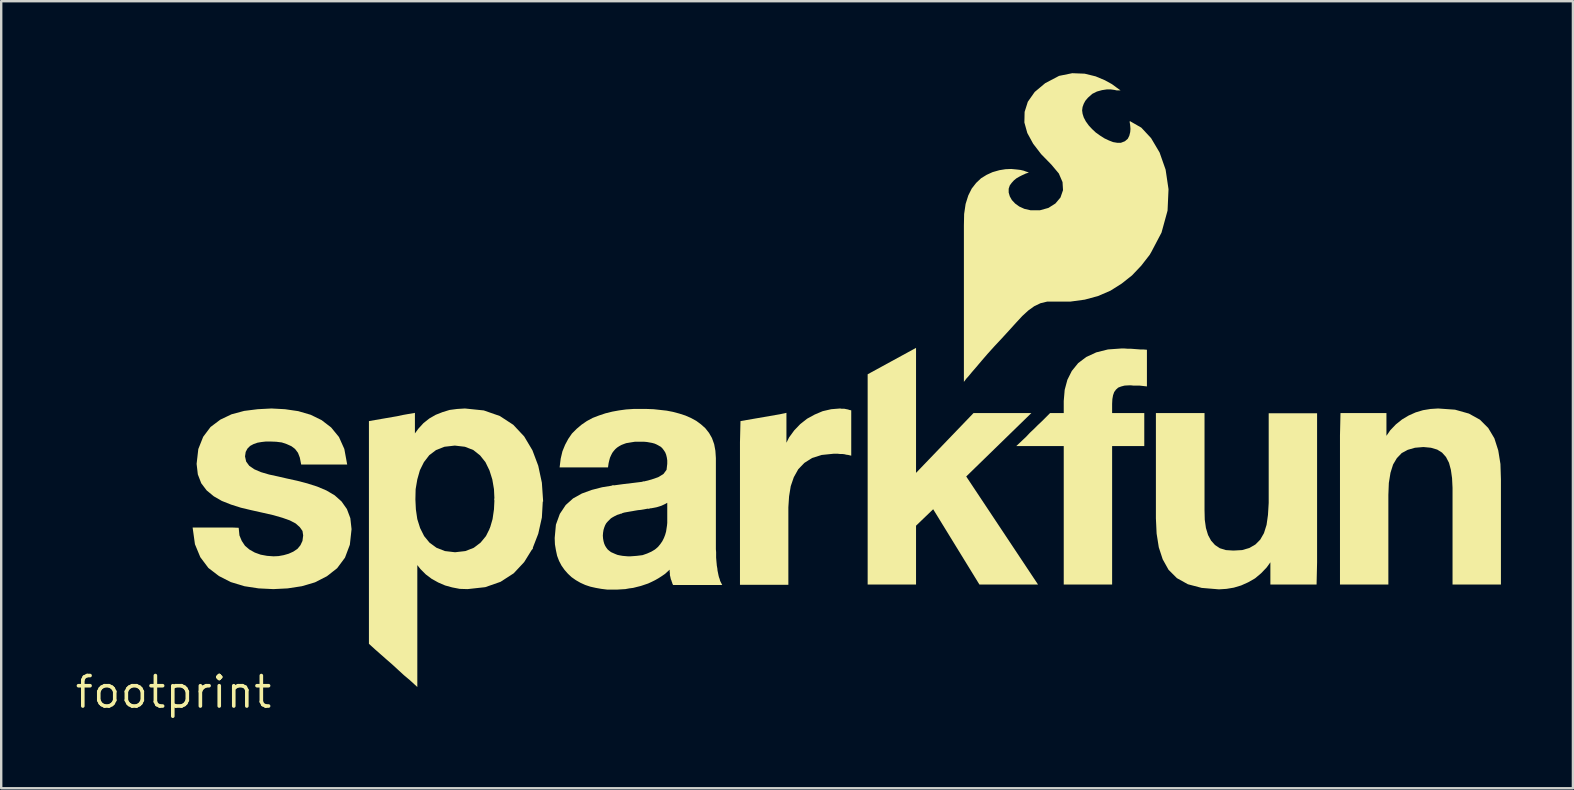
<source format=kicad_pcb>
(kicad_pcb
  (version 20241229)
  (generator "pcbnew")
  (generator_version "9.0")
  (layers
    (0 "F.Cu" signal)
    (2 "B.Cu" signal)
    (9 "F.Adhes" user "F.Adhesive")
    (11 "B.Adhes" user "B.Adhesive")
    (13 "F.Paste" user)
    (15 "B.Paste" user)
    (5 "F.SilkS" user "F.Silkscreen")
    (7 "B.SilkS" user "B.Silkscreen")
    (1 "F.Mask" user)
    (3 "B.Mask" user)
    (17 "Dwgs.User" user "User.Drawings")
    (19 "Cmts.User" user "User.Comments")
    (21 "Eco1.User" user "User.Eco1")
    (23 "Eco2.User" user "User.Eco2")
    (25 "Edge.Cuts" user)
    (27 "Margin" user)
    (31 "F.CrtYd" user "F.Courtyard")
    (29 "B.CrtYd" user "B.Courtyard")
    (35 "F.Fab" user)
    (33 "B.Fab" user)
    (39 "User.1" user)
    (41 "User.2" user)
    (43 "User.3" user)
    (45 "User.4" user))
  (footprint "footprint"
    (layer "F.Cu")
    (at 4.18 25.788)
    (property "Reference" "footprint" (at 0 0 0) (layer "F.SilkS") (effects (font (size 1.27 1.27) (thickness 0.15))))
    (fp_poly (pts (xy 15.39 -8.017) (xy 15.348 -7.275) (xy 15.197 -6.599) (xy 14.941 -5.938) (xy 13.174 -6.8) (xy 13.293 -7.208) (xy 13.352 -7.614) (xy 13.374 -8.069)) (stroke (width 0) (type solid)) (fill yes) (layer "F.SilkS"))
    (fp_poly (pts (xy 30.938 -9.135) (xy 33.334 -11.628) (xy 35.744 -11.628) (xy 33.029 -8.985) (xy 36.021 -4.482) (xy 33.579 -4.482) (xy 31.652 -7.62) (xy 30.938 -6.934) (xy 30.938 -4.482) (xy 28.922 -4.482) (xy 28.922 -13.243) (xy 30.938 -14.344)) (stroke (width 0) (type solid)) (fill yes) (layer "F.SilkS"))
    (fp_poly (pts (xy 19.846 -7.66) (xy 19.697 -7.633) (xy 19.587 -7.612) (xy 19.465 -7.592) (xy 19.355 -7.582) (xy 19.236 -7.562) (xy 19.127 -7.542) (xy 19.006 -7.522) (xy 18.788 -7.483) (xy 18.645 -7.444) (xy 18.259 -8.602) (xy 18.745 -8.668) (xy 19.165 -8.718) (xy 19.6 -8.772)) (stroke (width 0) (type solid)) (fill yes) (layer "F.SilkS"))
    (fp_poly (pts (xy 27.833 -11.808) (xy 27.944 -11.808) (xy 27.997 -11.797) (xy 28.047 -11.787) (xy 28.1 -11.777) (xy 28.16 -11.757) (xy 28.238 -11.741) (xy 28.238 -9.851) (xy 28.113 -9.882) (xy 28.033 -9.892) (xy 27.953 -9.912) (xy 27.868 -9.922) (xy 27.768 -9.922) (xy 27.678 -9.932) (xy 27.502 -9.932) (xy 27.008 -9.882) (xy 26.606 -9.755) (xy 26.284 -9.55) (xy 26.031 -9.287) (xy 25.845 -8.954) (xy 25.717 -8.581) (xy 25.648 -8.156) (xy 25.618 -7.699) (xy 25.618 -4.472) (xy 23.602 -4.472) (xy 23.602 -10.41) (xy 23.623 -11.292) (xy 23.883 -11.338) (xy 25.263 -11.577) (xy 25.538 -11.637) (xy 25.538 -10.391) (xy 25.647 -10.61) (xy 25.861 -10.904) (xy 26.114 -11.168) (xy 26.399 -11.392) (xy 26.713 -11.564) (xy 27.048 -11.706) (xy 27.404 -11.788) (xy 27.772 -11.818)) (stroke (width 0) (type solid)) (fill yes) (layer "F.SilkS"))
    (fp_poly (pts (xy 42.958 -7.59) (xy 42.968 -7.183) (xy 43.017 -6.838) (xy 43.105 -6.545) (xy 43.231 -6.312) (xy 43.395 -6.129) (xy 43.597 -5.995) (xy 43.847 -5.918) (xy 44.16 -5.898) (xy 44.524 -5.918) (xy 44.825 -6.005) (xy 45.077 -6.15) (xy 45.279 -6.353) (xy 45.435 -6.625) (xy 45.543 -6.968) (xy 45.602 -7.384) (xy 45.632 -7.881) (xy 45.632 -11.618) (xy 47.648 -11.618) (xy 47.648 -5.4) (xy 47.627 -4.482) (xy 45.702 -4.482) (xy 45.702 -5.409) (xy 45.549 -5.196) (xy 45.316 -4.952) (xy 45.062 -4.739) (xy 44.777 -4.576) (xy 44.483 -4.444) (xy 44.179 -4.353) (xy 43.874 -4.302) (xy 43.56 -4.282) (xy 42.843 -4.342) (xy 42.266 -4.494) (xy 41.807 -4.749) (xy 41.459 -5.097) (xy 41.215 -5.535) (xy 41.053 -6.031) (xy 40.962 -6.606) (xy 40.932 -7.239) (xy 40.932 -11.628) (xy 42.958 -11.628)) (stroke (width 0) (type solid)) (fill yes) (layer "F.SilkS"))
    (fp_poly (pts (xy 53.397 -11.768) (xy 53.975 -11.605) (xy 54.433 -11.351) (xy 54.78 -11.004) (xy 55.035 -10.576) (xy 55.197 -10.069) (xy 55.288 -9.504) (xy 55.308 -8.871) (xy 55.308 -4.482) (xy 53.292 -4.482) (xy 53.292 -8.509) (xy 53.272 -8.916) (xy 53.223 -9.262) (xy 53.144 -9.556) (xy 53.018 -9.798) (xy 52.855 -9.98) (xy 52.654 -10.105) (xy 52.393 -10.182) (xy 52.08 -10.212) (xy 51.727 -10.182) (xy 51.425 -10.095) (xy 51.173 -9.959) (xy 50.971 -9.747) (xy 50.815 -9.484) (xy 50.707 -9.141) (xy 50.638 -8.716) (xy 50.618 -8.219) (xy 50.618 -4.482) (xy 48.602 -4.482) (xy 48.602 -10.7) (xy 48.623 -11.628) (xy 50.538 -11.628) (xy 50.538 -10.679) (xy 50.7 -10.914) (xy 50.934 -11.158) (xy 51.188 -11.361) (xy 51.462 -11.524) (xy 51.757 -11.656) (xy 52.061 -11.747) (xy 52.376 -11.798) (xy 52.69 -11.818)) (stroke (width 0) (type solid)) (fill yes) (layer "F.SilkS"))
    (fp_poly (pts (xy 39.751 -14.308) (xy 39.881 -14.308) (xy 40.013 -14.298) (xy 40.271 -14.278) (xy 40.402 -14.278) (xy 40.558 -14.265) (xy 40.558 -12.737) (xy 40.426 -12.752) (xy 40.248 -12.772) (xy 39.988 -12.772) (xy 39.898 -12.782) (xy 39.811 -12.782) (xy 39.626 -12.772) (xy 39.482 -12.734) (xy 39.36 -12.687) (xy 39.268 -12.604) (xy 39.194 -12.502) (xy 39.147 -12.37) (xy 39.118 -12.206) (xy 39.108 -12.009) (xy 39.108 -11.628) (xy 40.448 -11.628) (xy 40.448 -10.252) (xy 39.108 -10.252) (xy 39.108 -4.482) (xy 37.092 -4.482) (xy 37.092 -10.252) (xy 35.114 -10.252) (xy 35.354 -10.478) (xy 35.523 -10.637) (xy 35.683 -10.807) (xy 35.853 -10.967) (xy 36.013 -11.127) (xy 36.183 -11.287) (xy 36.524 -11.628) (xy 37.092 -11.628) (xy 37.092 -12.132) (xy 37.132 -12.597) (xy 37.244 -13.014) (xy 37.428 -13.381) (xy 37.693 -13.708) (xy 38.03 -13.963) (xy 38.447 -14.156) (xy 38.934 -14.278) (xy 39.489 -14.318) (xy 39.621 -14.318)) (stroke (width 0) (type solid)) (fill yes) (layer "F.SilkS"))
    (fp_poly (pts (xy 12.928 -11.737) (xy 13.597 -11.504) (xy 14.155 -11.139) (xy 14.611 -10.653) (xy 14.954 -10.077) (xy 15.197 -9.431) (xy 15.348 -8.725) (xy 15.401 -7.941) (xy 13.374 -7.993) (xy 13.352 -8.456) (xy 13.283 -8.861) (xy 13.165 -9.236) (xy 12.998 -9.58) (xy 12.773 -9.863) (xy 12.491 -10.087) (xy 12.141 -10.223) (xy 11.72 -10.272) (xy 11.289 -10.223) (xy 10.939 -10.086) (xy 10.657 -9.873) (xy 10.432 -9.58) (xy 10.266 -9.246) (xy 10.157 -8.862) (xy 10.088 -8.456) (xy 10.078 -8.03) (xy 10.098 -7.614) (xy 10.157 -7.209) (xy 10.275 -6.834) (xy 10.442 -6.501) (xy 10.666 -6.228) (xy 10.958 -6.014) (xy 11.309 -5.877) (xy 11.73 -5.828) (xy 12.161 -5.877) (xy 12.511 -6.014) (xy 12.793 -6.228) (xy 13.018 -6.501) (xy 13.203 -6.871) (xy 14.975 -6.006) (xy 14.61 -5.417) (xy 14.175 -4.951) (xy 13.627 -4.596) (xy 12.988 -4.373) (xy 12.251 -4.292) (xy 11.926 -4.302) (xy 11.611 -4.363) (xy 11.317 -4.444) (xy 11.033 -4.566) (xy 10.759 -4.718) (xy 10.515 -4.901) (xy 10.291 -5.125) (xy 10.158 -5.293) (xy 10.158 -0.213) (xy 9.855 -0.491) (xy 9.605 -0.701) (xy 9.364 -0.922) (xy 9.125 -1.142) (xy 8.885 -1.351) (xy 8.635 -1.571) (xy 8.395 -1.782) (xy 8.142 -2.013) (xy 8.142 -11.292) (xy 8.403 -11.338) (xy 9.323 -11.497) (xy 9.553 -11.547) (xy 9.783 -11.588) (xy 10.058 -11.635) (xy 10.058 -10.779) (xy 10.2 -10.974) (xy 10.414 -11.208) (xy 10.659 -11.402) (xy 10.923 -11.554) (xy 11.207 -11.666) (xy 11.502 -11.757) (xy 11.816 -11.798) (xy 12.141 -11.818)) (stroke (width 0) (type solid)) (fill yes) (layer "F.SilkS"))
    (fp_poly (pts (xy 4.644 -11.788) (xy 5.198 -11.707) (xy 5.714 -11.556) (xy 6.17 -11.333) (xy 6.567 -11.028) (xy 6.893 -10.63) (xy 7.117 -10.131) (xy 7.236 -9.482) (xy 5.319 -9.482) (xy 5.263 -9.77) (xy 5.186 -9.971) (xy 5.063 -10.133) (xy 4.911 -10.247) (xy 4.716 -10.334) (xy 4.512 -10.403) (xy 4.277 -10.432) (xy 4.019 -10.442) (xy 3.852 -10.442) (xy 3.675 -10.422) (xy 3.5 -10.393) (xy 3.335 -10.335) (xy 3.193 -10.259) (xy 3.081 -10.147) (xy 3.007 -10.008) (xy 2.979 -9.821) (xy 3.026 -9.606) (xy 3.157 -9.428) (xy 3.368 -9.284) (xy 3.643 -9.166) (xy 3.979 -9.067) (xy 4.348 -8.987) (xy 4.738 -8.897) (xy 5.149 -8.807) (xy 5.571 -8.697) (xy 5.983 -8.566) (xy 6.367 -8.404) (xy 6.713 -8.201) (xy 6.999 -7.946) (xy 7.224 -7.628) (xy 7.367 -7.249) (xy 7.418 -6.79) (xy 7.347 -6.141) (xy 7.144 -5.602) (xy 6.818 -5.163) (xy 6.391 -4.828) (xy 5.894 -4.574) (xy 5.348 -4.413) (xy 4.754 -4.322) (xy 4.16 -4.292) (xy 3.546 -4.322) (xy 2.952 -4.413) (xy 2.386 -4.585) (xy 1.89 -4.838) (xy 1.453 -5.173) (xy 1.117 -5.621) (xy 0.893 -6.16) (xy 0.796 -6.858) (xy 2.451 -6.858) (xy 2.715 -6.847) (xy 2.747 -6.529) (xy 2.844 -6.298) (xy 2.979 -6.096) (xy 3.162 -5.941) (xy 3.386 -5.815) (xy 3.63 -5.727) (xy 3.895 -5.678) (xy 4.17 -5.658) (xy 4.376 -5.668) (xy 4.591 -5.707) (xy 4.797 -5.766) (xy 4.991 -5.853) (xy 5.164 -5.969) (xy 5.288 -6.12) (xy 5.373 -6.301) (xy 5.402 -6.53) (xy 5.374 -6.715) (xy 5.261 -6.874) (xy 5.088 -7.028) (xy 4.845 -7.155) (xy 4.538 -7.264) (xy 4.16 -7.373) (xy 3.722 -7.473) (xy 3.231 -7.583) (xy 2.81 -7.683) (xy 2.397 -7.814) (xy 2.013 -7.966) (xy 1.678 -8.159) (xy 1.382 -8.403) (xy 1.156 -8.701) (xy 1.013 -9.071) (xy 0.962 -9.51) (xy 1.033 -10.129) (xy 1.236 -10.639) (xy 1.543 -11.047) (xy 1.95 -11.353) (xy 2.417 -11.576) (xy 2.943 -11.717) (xy 3.507 -11.788) (xy 4.08 -11.818)) (stroke (width 0) (type solid)) (fill yes) (layer "F.SilkS"))
    (fp_poly (pts (xy 37.965 -25.768) (xy 38.422 -25.656) (xy 38.807 -25.494) (xy 39.101 -25.332) (xy 39.292 -25.191) (xy 39.459 -25.072) (xy 39.296 -25.072) (xy 39.203 -25.092) (xy 39.057 -25.112) (xy 38.883 -25.112) (xy 38.688 -25.083) (xy 38.474 -25.024) (xy 38.282 -24.928) (xy 38.097 -24.763) (xy 37.992 -24.638) (xy 37.925 -24.514) (xy 37.877 -24.381) (xy 37.858 -24.24) (xy 37.877 -24.098) (xy 37.925 -23.945) (xy 38.012 -23.78) (xy 38.139 -23.604) (xy 38.277 -23.457) (xy 38.424 -23.319) (xy 38.601 -23.192) (xy 38.788 -23.073) (xy 38.975 -22.985) (xy 39.15 -22.917) (xy 39.323 -22.888) (xy 39.473 -22.888) (xy 39.64 -22.953) (xy 39.759 -23.054) (xy 39.824 -23.183) (xy 39.862 -23.336) (xy 39.872 -23.47) (xy 39.862 -23.596) (xy 39.853 -23.682) (xy 39.842 -23.714) (xy 39.842 -23.796) (xy 40.324 -23.52) (xy 40.731 -23.083) (xy 41.085 -22.486) (xy 41.337 -21.769) (xy 41.458 -20.952) (xy 41.418 -20.064) (xy 41.166 -19.146) (xy 40.743 -18.342) (xy 40.672 -18.219) (xy 40.319 -17.765) (xy 39.936 -17.362) (xy 39.502 -17.019) (xy 39.038 -16.726) (xy 38.523 -16.504) (xy 37.968 -16.353) (xy 37.373 -16.272) (xy 36.405 -16.272) (xy 36.123 -16.204) (xy 35.86 -16.077) (xy 35.614 -15.9) (xy 35.367 -15.673) (xy 35.108 -15.394) (xy 34.818 -15.074) (xy 34.498 -14.724) (xy 34.198 -14.404) (xy 33.919 -14.095) (xy 33.669 -13.805) (xy 33.449 -13.545) (xy 33.259 -13.325) (xy 33.119 -13.155) (xy 33.029 -13.056) (xy 32.932 -12.926) (xy 32.932 -19.44) (xy 32.942 -19.923) (xy 33.003 -20.339) (xy 33.115 -20.694) (xy 33.258 -20.98) (xy 33.442 -21.216) (xy 33.647 -21.41) (xy 33.882 -21.554) (xy 34.127 -21.666) (xy 34.412 -21.747) (xy 34.666 -21.788) (xy 34.901 -21.798) (xy 35.114 -21.778) (xy 35.287 -21.758) (xy 35.421 -21.727) (xy 35.503 -21.696) (xy 35.64 -21.65) (xy 35.505 -21.605) (xy 35.446 -21.576) (xy 35.356 -21.536) (xy 35.238 -21.476) (xy 35.122 -21.409) (xy 35.016 -21.322) (xy 34.92 -21.216) (xy 34.844 -21.112) (xy 34.798 -20.974) (xy 34.798 -20.815) (xy 34.845 -20.655) (xy 34.931 -20.503) (xy 35.065 -20.359) (xy 35.239 -20.233) (xy 35.452 -20.136) (xy 35.704 -20.078) (xy 36.105 -20.078) (xy 36.454 -20.175) (xy 36.745 -20.359) (xy 36.956 -20.609) (xy 37.062 -20.915) (xy 37.042 -21.251) (xy 36.887 -21.61) (xy 36.572 -21.984) (xy 36.151 -22.415) (xy 35.818 -22.849) (xy 35.574 -23.296) (xy 35.452 -23.735) (xy 35.462 -24.176) (xy 35.595 -24.597) (xy 35.882 -25.006) (xy 36.319 -25.372) (xy 36.897 -25.676) (xy 37.447 -25.788)) (stroke (width 0) (type solid)) (fill yes) (layer "F.SilkS"))
    (fp_poly (pts (xy 20.003 -11.788) (xy 20.274 -11.758) (xy 20.546 -11.728) (xy 20.809 -11.677) (xy 21.071 -11.607) (xy 21.323 -11.526) (xy 21.557 -11.424) (xy 21.781 -11.302) (xy 21.974 -11.16) (xy 22.158 -10.996) (xy 22.312 -10.801) (xy 22.435 -10.586) (xy 22.527 -10.33) (xy 22.578 -10.055) (xy 22.598 -9.751) (xy 22.598 -5.952) (xy 22.608 -5.832) (xy 22.608 -5.602) (xy 22.618 -5.483) (xy 22.638 -5.265) (xy 22.658 -5.155) (xy 22.668 -5.056) (xy 22.687 -4.968) (xy 22.707 -4.868) (xy 22.726 -4.791) (xy 22.756 -4.711) (xy 22.776 -4.633) (xy 22.804 -4.577) (xy 22.862 -4.462) (xy 20.816 -4.462) (xy 20.784 -4.527) (xy 20.774 -4.568) (xy 20.754 -4.618) (xy 20.744 -4.657) (xy 20.724 -4.697) (xy 20.713 -4.742) (xy 20.703 -4.792) (xy 20.693 -4.831) (xy 20.682 -4.875) (xy 20.682 -4.965) (xy 20.672 -5.005) (xy 20.672 -5.095) (xy 20.67 -5.101) (xy 20.606 -5.042) (xy 20.484 -4.93) (xy 20.351 -4.838) (xy 20.21 -4.747) (xy 20.068 -4.666) (xy 19.927 -4.596) (xy 19.774 -4.525) (xy 19.622 -4.474) (xy 19.471 -4.423) (xy 19.309 -4.383) (xy 19.147 -4.342) (xy 18.986 -4.322) (xy 18.825 -4.292) (xy 18.652 -4.282) (xy 18.491 -4.272) (xy 18.068 -4.272) (xy 17.824 -4.302) (xy 17.593 -4.343) (xy 17.37 -4.393) (xy 17.156 -4.464) (xy 16.953 -4.556) (xy 16.759 -4.668) (xy 16.586 -4.79) (xy 16.433 -4.933) (xy 16.29 -5.096) (xy 16.167 -5.27) (xy 16.065 -5.464) (xy 15.983 -5.679) (xy 15.933 -5.913) (xy 15.892 -6.156) (xy 15.882 -6.421) (xy 15.933 -6.978) (xy 16.096 -7.427) (xy 16.341 -7.795) (xy 16.648 -8.071) (xy 17.014 -8.275) (xy 17.429 -8.426) (xy 17.862 -8.537) (xy 18.336 -8.613) (xy 18.718 -7.468) (xy 18.583 -7.414) (xy 18.484 -7.384) (xy 18.388 -7.336) (xy 18.299 -7.287) (xy 18.224 -7.24) (xy 18.088 -7.104) (xy 18.031 -7.038) (xy 17.984 -6.954) (xy 17.946 -6.857) (xy 17.917 -6.761) (xy 17.898 -6.645) (xy 17.888 -6.52) (xy 17.898 -6.395) (xy 17.917 -6.288) (xy 17.946 -6.183) (xy 17.984 -6.098) (xy 18.031 -6.022) (xy 18.088 -5.946) (xy 18.154 -5.89) (xy 18.229 -5.833) (xy 18.405 -5.755) (xy 18.501 -5.717) (xy 18.597 -5.697) (xy 18.705 -5.678) (xy 18.813 -5.668) (xy 18.932 -5.658) (xy 19.039 -5.658) (xy 19.306 -5.678) (xy 19.541 -5.707) (xy 19.736 -5.775) (xy 19.912 -5.854) (xy 20.058 -5.941) (xy 20.183 -6.047) (xy 20.28 -6.163) (xy 20.367 -6.289) (xy 20.435 -6.425) (xy 20.484 -6.552) (xy 20.523 -6.688) (xy 20.562 -6.945) (xy 20.572 -7.052) (xy 20.572 -7.889) (xy 20.572 -7.889) (xy 20.498 -7.846) (xy 20.416 -7.806) (xy 20.324 -7.764) (xy 20.232 -7.734) (xy 20.129 -7.703) (xy 20.027 -7.683) (xy 19.915 -7.662) (xy 19.77 -7.649) (xy 19.525 -8.758) (xy 19.909 -8.857) (xy 20.194 -8.955) (xy 20.414 -9.089) (xy 20.543 -9.264) (xy 20.572 -9.512) (xy 20.572 -9.657) (xy 20.553 -9.782) (xy 20.524 -9.898) (xy 20.486 -9.992) (xy 20.429 -10.078) (xy 20.371 -10.155) (xy 20.307 -10.219) (xy 20.133 -10.316) (xy 20.047 -10.354) (xy 19.942 -10.383) (xy 19.725 -10.422) (xy 19.608 -10.432) (xy 19.223 -10.432) (xy 19.096 -10.412) (xy 18.86 -10.373) (xy 18.754 -10.334) (xy 18.656 -10.296) (xy 18.57 -10.247) (xy 18.483 -10.19) (xy 18.407 -10.123) (xy 18.34 -10.046) (xy 18.283 -9.97) (xy 18.234 -9.874) (xy 18.186 -9.767) (xy 18.157 -9.661) (xy 18.127 -9.533) (xy 18.103 -9.362) (xy 16.087 -9.362) (xy 16.132 -9.727) (xy 16.204 -10.032) (xy 16.316 -10.306) (xy 16.447 -10.55) (xy 16.601 -10.774) (xy 16.794 -10.968) (xy 16.997 -11.14) (xy 17.22 -11.293) (xy 17.464 -11.425) (xy 17.727 -11.526) (xy 17.999 -11.617) (xy 18.282 -11.687) (xy 18.564 -11.738) (xy 18.856 -11.778) (xy 19.159 -11.798) (xy 19.731 -11.798)) (stroke (width 0) (type solid)) (fill yes) (layer "F.SilkS")))
  (gr_rect
    (start -3 -3)
    (end 62.488 29.794)
    (stroke (width 0.1) (type default))
    (fill no)
    (layer "Edge.Cuts")))
</source>
